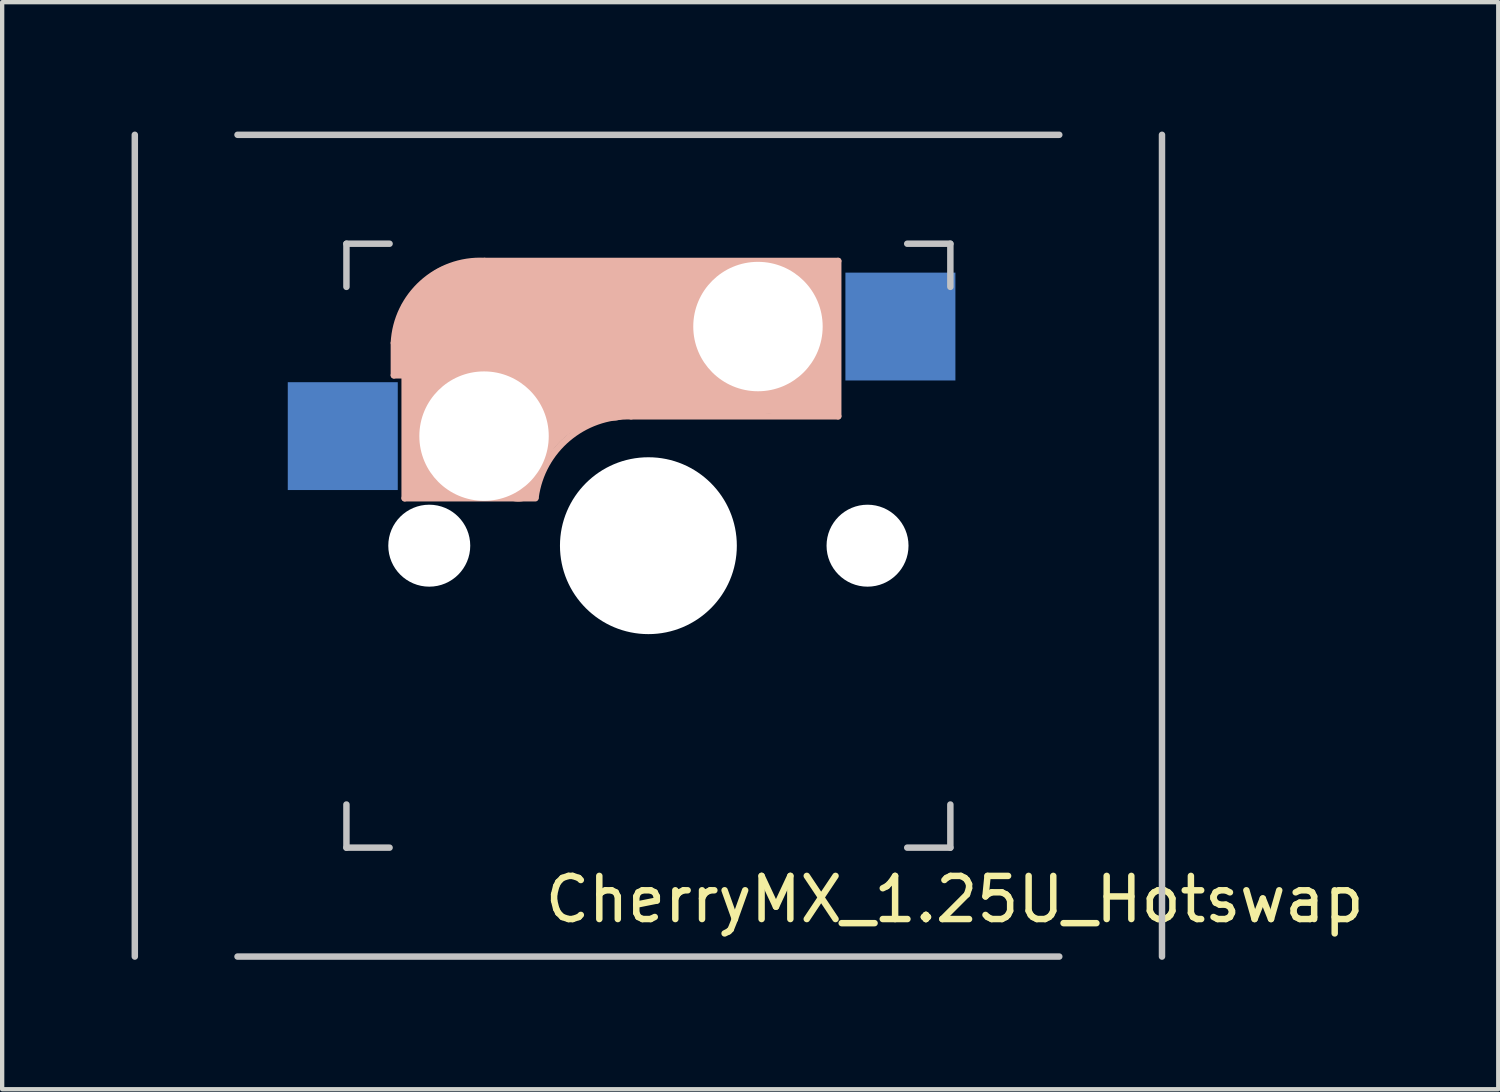
<source format=kicad_pcb>
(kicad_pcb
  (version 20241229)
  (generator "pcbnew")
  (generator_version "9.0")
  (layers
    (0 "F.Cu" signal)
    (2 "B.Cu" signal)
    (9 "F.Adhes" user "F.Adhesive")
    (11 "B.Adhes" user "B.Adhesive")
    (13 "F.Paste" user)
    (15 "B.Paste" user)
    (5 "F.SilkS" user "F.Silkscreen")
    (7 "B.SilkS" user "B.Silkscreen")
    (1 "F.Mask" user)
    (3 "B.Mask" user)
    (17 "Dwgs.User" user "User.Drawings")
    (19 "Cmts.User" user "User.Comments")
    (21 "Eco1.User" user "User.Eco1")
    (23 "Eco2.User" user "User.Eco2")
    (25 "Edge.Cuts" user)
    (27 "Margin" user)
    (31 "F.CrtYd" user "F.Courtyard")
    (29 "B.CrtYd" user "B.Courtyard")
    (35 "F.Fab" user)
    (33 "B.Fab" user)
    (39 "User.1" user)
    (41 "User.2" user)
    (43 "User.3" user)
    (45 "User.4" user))
  (footprint "CherryMX_1.25U_Hotswap"
    (layer "F.Cu")
    (at 11.981 9.6)
    (property "Reference" "CherryMX_1.25U_Hotswap" (at 7.1 8.2 0) (layer "F.SilkS") (effects (font (size 1 1) (thickness 0.15))))
    (attr through_hole)
    (fp_line (start -5.9 -4.7) (end -5.9 -3.95) (stroke (width 0.15) (type solid)) (layer "B.SilkS"))
    (fp_line (start -5.9 -3.95) (end -5.7 -3.95) (stroke (width 0.15) (type solid)) (layer "B.SilkS"))
    (fp_line (start -5.8 -4.05) (end -5.8 -4.7) (stroke (width 0.3) (type solid)) (layer "B.SilkS"))
    (fp_line (start -5.65 -5.55) (end -5.65 -1.1) (stroke (width 0.15) (type solid)) (layer "B.SilkS"))
    (fp_line (start -5.65 -1.1) (end -2.62 -1.1) (stroke (width 0.15) (type solid)) (layer "B.SilkS"))
    (fp_line (start -5.45 -1.3) (end -3 -1.3) (stroke (width 0.5) (type solid)) (layer "B.SilkS"))
    (fp_line (start -5.3 -1.6) (end -5.3 -3.4) (stroke (width 0.8) (type solid)) (layer "B.SilkS"))
    (fp_line (start -4.17 -5.1) (end -4.17 -2.86) (stroke (width 3) (type solid)) (layer "B.SilkS"))
    (fp_line (start -0.4 -3) (end 4.4 -3) (stroke (width 0.15) (type solid)) (layer "B.SilkS"))
    (fp_line (start 2.6 -4.8) (end -4.1 -4.8) (stroke (width 3.5) (type solid)) (layer "B.SilkS"))
    (fp_line (start 3.9 -6) (end 3.9 -3.5) (stroke (width 1) (type solid)) (layer "B.SilkS"))
    (fp_line (start 4.2 -3.25) (end 2.9 -3.3) (stroke (width 0.5) (type solid)) (layer "B.SilkS"))
    (fp_line (start 4.25 -6.4) (end 3 -6.4) (stroke (width 0.4) (type solid)) (layer "B.SilkS"))
    (fp_line (start 4.38 -4) (end 4.38 -6.25) (stroke (width 0.15) (type solid)) (layer "B.SilkS"))
    (fp_line (start 4.4 -6.6) (end -3.8 -6.6) (stroke (width 0.15) (type solid)) (layer "B.SilkS"))
    (fp_line (start 4.4 -3) (end 4.4 -6.6) (stroke (width 0.15) (type solid)) (layer "B.SilkS"))
    (fp_arc (start -5.9 -4.699999) (mid -5.243504 -6.084924) (end -3.800001 -6.6) (stroke (width 0.15) (type solid)) (layer "B.SilkS"))
    (fp_arc (start -3.016318 -1.521471) (mid -2.268709 -2.886118) (end -0.8 -3.4) (stroke (width 1) (type solid)) (layer "B.SilkS"))
    (fp_arc (start -2.616318 -1.121471) (mid -1.868709 -2.486118) (end -0.4 -3) (stroke (width 0.15) (type solid)) (layer "B.SilkS"))
    (fp_line (start -11.906 9.525) (end -11.906 -9.525) (stroke (width 0.15) (type solid)) (layer "Dwgs.User"))
    (fp_line (start -9.525 -9.525) (end 9.525 -9.525) (stroke (width 0.15) (type solid)) (layer "Dwgs.User"))
    (fp_line (start -7 -7) (end -6 -7) (stroke (width 0.15) (type solid)) (layer "Dwgs.User"))
    (fp_line (start -7 -6) (end -7 -7) (stroke (width 0.15) (type solid)) (layer "Dwgs.User"))
    (fp_line (start -7 6) (end -7 7) (stroke (width 0.15) (type solid)) (layer "Dwgs.User"))
    (fp_line (start -7 7) (end -6 7) (stroke (width 0.15) (type solid)) (layer "Dwgs.User"))
    (fp_line (start 6 7) (end 7 7) (stroke (width 0.15) (type solid)) (layer "Dwgs.User"))
    (fp_line (start 7 -7) (end 6 -7) (stroke (width 0.15) (type solid)) (layer "Dwgs.User"))
    (fp_line (start 7 -7) (end 7 -6) (stroke (width 0.15) (type solid)) (layer "Dwgs.User"))
    (fp_line (start 7 7) (end 7 6) (stroke (width 0.15) (type solid)) (layer "Dwgs.User"))
    (fp_line (start 9.525 9.525) (end -9.525 9.525) (stroke (width 0.15) (type solid)) (layer "Dwgs.User"))
    (fp_line (start 11.906 -9.525) (end 11.906 9.525) (stroke (width 0.15) (type solid)) (layer "Dwgs.User"))
    (fp_poly (pts (xy 7.144 -8.334) (xy 4.763 -8.334) (xy 3.572 -9.525) (xy -3.572 -9.525) (xy -5.953 -7.144) (xy -7.144 -7.144) (xy -7.144 -5.953) (xy -8.334 -5.953) (xy -9.525 -4.763) (xy -9.525 0) (xy -8.334 1.191) (xy -7.144 1.191) (xy -7.144 7.144) (xy 7.144 7.144) (xy 7.144 -1.191) (xy 8.334 -2.381) (xy 8.334 -7.144)) (stroke (width 0.12) (type dash_dot_dot)) (fill no) (layer "User.2"))
    (fp_poly (pts (xy -7.144 -8.334) (xy -4.763 -8.334) (xy -3.572 -9.525) (xy 3.572 -9.525) (xy 4.763 -8.334) (xy 7.144 -8.334) (xy 8.334 -7.144) (xy 8.334 -5.953) (xy 9.525 -4.763) (xy 9.525 0) (xy 8.334 1.191) (xy 7.144 1.191) (xy 7.144 7.144) (xy -7.144 7.144) (xy -7.144 1.191) (xy -8.334 1.191) (xy -9.525 0) (xy -9.525 -4.763) (xy -8.334 -5.953) (xy -8.334 -7.144)) (stroke (width 0.12) (type dot)) (fill no) (layer "User.2"))
    (pad "" np_thru_hole circle (at -5.08 0) (size 1.9 1.9) (drill 1.9) (layers "*.Cu" "*.Mask"))
    (pad "" np_thru_hole circle (at -3.81 -2.54) (size 3 3) (drill 3) (layers "*.Cu" "*.Mask"))
    (pad "" np_thru_hole circle (at 0 0 90) (size 4.1 4.1) (drill 4.1) (layers "*.Cu" "*.Mask"))
    (pad "" np_thru_hole circle (at 2.54 -5.08) (size 3 3) (drill 3) (layers "*.Cu" "*.Mask"))
    (pad "" np_thru_hole circle (at 5.08 0) (size 1.9 1.9) (drill 1.9) (layers "*.Cu" "*.Mask"))
    (pad "1" smd rect (at -7.085 -2.54 180) (size 2.55 2.5) (layers "B.Cu" "B.Mask" "B.Paste"))
    (pad "2" smd rect (at 5.842 -5.08 180) (size 2.55 2.5) (layers "B.Cu" "B.Mask" "B.Paste")))
  (gr_rect
    (start -3 -3)
    (end 31.682 22.2)
    (stroke (width 0.1) (type default))
    (fill no)
    (layer "Edge.Cuts")))
</source>
